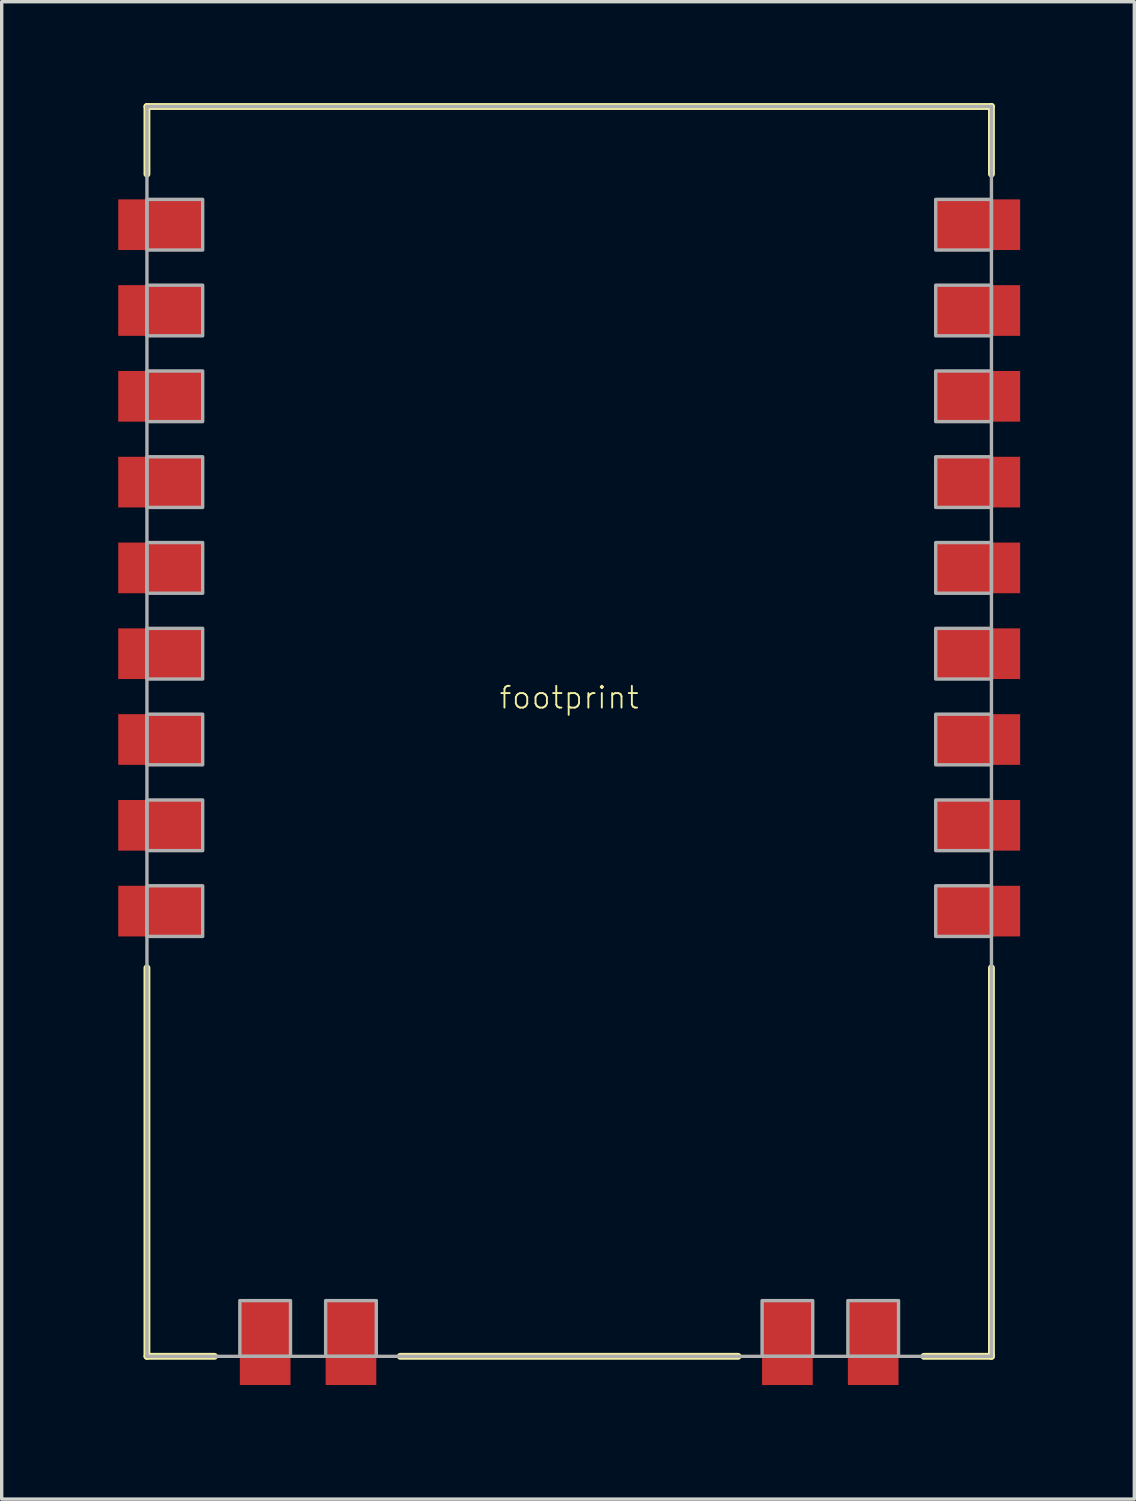
<source format=kicad_pcb>
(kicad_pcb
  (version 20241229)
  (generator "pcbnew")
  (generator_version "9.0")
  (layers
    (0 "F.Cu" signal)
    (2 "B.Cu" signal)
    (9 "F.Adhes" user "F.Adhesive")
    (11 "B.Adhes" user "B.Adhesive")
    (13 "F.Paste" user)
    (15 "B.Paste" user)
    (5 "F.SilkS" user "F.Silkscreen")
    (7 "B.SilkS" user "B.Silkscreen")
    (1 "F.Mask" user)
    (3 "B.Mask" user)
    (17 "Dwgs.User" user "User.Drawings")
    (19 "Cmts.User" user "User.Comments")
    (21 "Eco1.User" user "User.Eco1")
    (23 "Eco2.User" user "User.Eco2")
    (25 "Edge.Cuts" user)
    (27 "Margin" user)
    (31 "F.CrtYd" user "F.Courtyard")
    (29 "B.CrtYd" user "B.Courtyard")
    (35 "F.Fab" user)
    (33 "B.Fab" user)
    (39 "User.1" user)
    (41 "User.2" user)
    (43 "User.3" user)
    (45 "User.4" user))
  (footprint "footprint"
    (layer "F.Cu")
    (at 13.8 18.602)
    (property "Reference" "footprint" (at 0 -1 0) (layer "F.SilkS") (effects (font (size 0.644 0.644) (thickness 0.056))))
    (fp_line (start -12.5 -18.5) (end 12.5 -18.5) (stroke (width 0.203) (type solid)) (layer "F.SilkS"))
    (fp_line (start -12.5 -16.5) (end -12.5 -18.5) (stroke (width 0.203) (type solid)) (layer "F.SilkS"))
    (fp_line (start -12.5 18.5) (end -12.5 7) (stroke (width 0.203) (type solid)) (layer "F.SilkS"))
    (fp_line (start -10.5 18.5) (end -12.5 18.5) (stroke (width 0.203) (type solid)) (layer "F.SilkS"))
    (fp_line (start 5 18.5) (end -5 18.5) (stroke (width 0.203) (type solid)) (layer "F.SilkS"))
    (fp_line (start 12.5 -18.5) (end 12.5 -16.5) (stroke (width 0.203) (type solid)) (layer "F.SilkS"))
    (fp_line (start 12.5 7) (end 12.5 18.5) (stroke (width 0.203) (type solid)) (layer "F.SilkS"))
    (fp_line (start 12.5 18.5) (end 10.5 18.5) (stroke (width 0.203) (type solid)) (layer "F.SilkS"))
    (fp_poly (pts (xy -10.4 -16.1) (xy -13.8 -16.1) (xy -13.8 -13.9) (xy -10.4 -13.9)) (stroke (width 0) (type solid)) (fill yes) (layer "F.Paste"))
    (fp_poly (pts (xy -10.4 -13.56) (xy -13.8 -13.56) (xy -13.8 -11.36) (xy -10.4 -11.36)) (stroke (width 0) (type solid)) (fill yes) (layer "F.Paste"))
    (fp_poly (pts (xy -10.4 -11.02) (xy -13.8 -11.02) (xy -13.8 -8.82) (xy -10.4 -8.82)) (stroke (width 0) (type solid)) (fill yes) (layer "F.Paste"))
    (fp_poly (pts (xy -10.4 -8.48) (xy -13.8 -8.48) (xy -13.8 -6.28) (xy -10.4 -6.28)) (stroke (width 0) (type solid)) (fill yes) (layer "F.Paste"))
    (fp_poly (pts (xy -10.4 -5.94) (xy -13.8 -5.94) (xy -13.8 -3.74) (xy -10.4 -3.74)) (stroke (width 0) (type solid)) (fill yes) (layer "F.Paste"))
    (fp_poly (pts (xy -10.4 -3.4) (xy -13.8 -3.4) (xy -13.8 -1.2) (xy -10.4 -1.2)) (stroke (width 0) (type solid)) (fill yes) (layer "F.Paste"))
    (fp_poly (pts (xy -10.4 -0.86) (xy -13.8 -0.86) (xy -13.8 1.34) (xy -10.4 1.34)) (stroke (width 0) (type solid)) (fill yes) (layer "F.Paste"))
    (fp_poly (pts (xy -10.4 1.68) (xy -13.8 1.68) (xy -13.8 3.88) (xy -10.4 3.88)) (stroke (width 0) (type solid)) (fill yes) (layer "F.Paste"))
    (fp_poly (pts (xy -10.4 4.22) (xy -13.8 4.22) (xy -13.8 6.42) (xy -10.4 6.42)) (stroke (width 0) (type solid)) (fill yes) (layer "F.Paste"))
    (fp_poly (pts (xy -10.127 16.473) (xy -10.127 19.727) (xy -7.873 19.727) (xy -7.873 16.473)) (stroke (width 0) (type solid)) (fill yes) (layer "F.Paste"))
    (fp_poly (pts (xy -7.587 16.473) (xy -7.587 19.727) (xy -5.333 19.727) (xy -5.333 16.473)) (stroke (width 0) (type solid)) (fill yes) (layer "F.Paste"))
    (fp_poly (pts (xy 5.333 16.473) (xy 5.333 19.727) (xy 7.587 19.727) (xy 7.587 16.473)) (stroke (width 0) (type solid)) (fill yes) (layer "F.Paste"))
    (fp_poly (pts (xy 7.873 16.473) (xy 7.873 19.727) (xy 10.127 19.727) (xy 10.127 16.473)) (stroke (width 0) (type solid)) (fill yes) (layer "F.Paste"))
    (fp_poly (pts (xy 13.73 -16.1) (xy 10.33 -16.1) (xy 10.33 -13.9) (xy 13.73 -13.9)) (stroke (width 0) (type solid)) (fill yes) (layer "F.Paste"))
    (fp_poly (pts (xy 13.73 -13.56) (xy 10.33 -13.56) (xy 10.33 -11.36) (xy 13.73 -11.36)) (stroke (width 0) (type solid)) (fill yes) (layer "F.Paste"))
    (fp_poly (pts (xy 13.73 -11.02) (xy 10.33 -11.02) (xy 10.33 -8.82) (xy 13.73 -8.82)) (stroke (width 0) (type solid)) (fill yes) (layer "F.Paste"))
    (fp_poly (pts (xy 13.73 -8.48) (xy 10.33 -8.48) (xy 10.33 -6.28) (xy 13.73 -6.28)) (stroke (width 0) (type solid)) (fill yes) (layer "F.Paste"))
    (fp_poly (pts (xy 13.73 -5.94) (xy 10.33 -5.94) (xy 10.33 -3.74) (xy 13.73 -3.74)) (stroke (width 0) (type solid)) (fill yes) (layer "F.Paste"))
    (fp_poly (pts (xy 13.73 -3.4) (xy 10.33 -3.4) (xy 10.33 -1.2) (xy 13.73 -1.2)) (stroke (width 0) (type solid)) (fill yes) (layer "F.Paste"))
    (fp_poly (pts (xy 13.73 -0.86) (xy 10.33 -0.86) (xy 10.33 1.34) (xy 13.73 1.34)) (stroke (width 0) (type solid)) (fill yes) (layer "F.Paste"))
    (fp_poly (pts (xy 13.73 1.68) (xy 10.33 1.68) (xy 10.33 3.88) (xy 13.73 3.88)) (stroke (width 0) (type solid)) (fill yes) (layer "F.Paste"))
    (fp_poly (pts (xy 13.73 4.22) (xy 10.33 4.22) (xy 10.33 6.42) (xy 13.73 6.42)) (stroke (width 0) (type solid)) (fill yes) (layer "F.Paste"))
    (fp_line (start -12.5 -18.5) (end -12.5 18.5) (stroke (width 0.1) (type solid)) (layer "F.Fab"))
    (fp_line (start -12.5 18.5) (end 12.5 18.5) (stroke (width 0.1) (type solid)) (layer "F.Fab"))
    (fp_line (start 12.5 -18.5) (end -12.5 -18.5) (stroke (width 0.1) (type solid)) (layer "F.Fab"))
    (fp_line (start 12.5 18.5) (end 12.5 -18.5) (stroke (width 0.1) (type solid)) (layer "F.Fab"))
    (fp_poly (pts (xy -10.85 -15.75) (xy -12.5 -15.75) (xy -12.5 -14.25) (xy -10.85 -14.25)) (stroke (width 0.1) (type solid)) (fill no) (layer "F.Fab"))
    (fp_poly (pts (xy -10.85 -13.21) (xy -12.5 -13.21) (xy -12.5 -11.71) (xy -10.85 -11.71)) (stroke (width 0.1) (type solid)) (fill no) (layer "F.Fab"))
    (fp_poly (pts (xy -10.85 -10.67) (xy -12.5 -10.67) (xy -12.5 -9.17) (xy -10.85 -9.17)) (stroke (width 0.1) (type solid)) (fill no) (layer "F.Fab"))
    (fp_poly (pts (xy -10.85 -8.13) (xy -12.5 -8.13) (xy -12.5 -6.63) (xy -10.85 -6.63)) (stroke (width 0.1) (type solid)) (fill no) (layer "F.Fab"))
    (fp_poly (pts (xy -10.85 -5.59) (xy -12.5 -5.59) (xy -12.5 -4.09) (xy -10.85 -4.09)) (stroke (width 0.1) (type solid)) (fill no) (layer "F.Fab"))
    (fp_poly (pts (xy -10.85 -3.05) (xy -12.5 -3.05) (xy -12.5 -1.55) (xy -10.85 -1.55)) (stroke (width 0.1) (type solid)) (fill no) (layer "F.Fab"))
    (fp_poly (pts (xy -10.85 -0.51) (xy -12.5 -0.51) (xy -12.5 0.99) (xy -10.85 0.99)) (stroke (width 0.1) (type solid)) (fill no) (layer "F.Fab"))
    (fp_poly (pts (xy -10.85 2.03) (xy -12.5 2.03) (xy -12.5 3.53) (xy -10.85 3.53)) (stroke (width 0.1) (type solid)) (fill no) (layer "F.Fab"))
    (fp_poly (pts (xy -10.85 4.57) (xy -12.5 4.57) (xy -12.5 6.07) (xy -10.85 6.07)) (stroke (width 0.1) (type solid)) (fill no) (layer "F.Fab"))
    (fp_poly (pts (xy -9.75 16.85) (xy -9.75 18.5) (xy -8.25 18.5) (xy -8.25 16.85)) (stroke (width 0.1) (type solid)) (fill no) (layer "F.Fab"))
    (fp_poly (pts (xy -7.21 16.85) (xy -7.21 18.5) (xy -5.71 18.5) (xy -5.71 16.85)) (stroke (width 0.1) (type solid)) (fill no) (layer "F.Fab"))
    (fp_poly (pts (xy 5.71 16.85) (xy 5.71 18.5) (xy 7.21 18.5) (xy 7.21 16.85)) (stroke (width 0.1) (type solid)) (fill no) (layer "F.Fab"))
    (fp_poly (pts (xy 8.25 16.85) (xy 8.25 18.5) (xy 9.75 18.5) (xy 9.75 16.85)) (stroke (width 0.1) (type solid)) (fill no) (layer "F.Fab"))
    (fp_poly (pts (xy 10.85 -14.25) (xy 12.5 -14.25) (xy 12.5 -15.75) (xy 10.85 -15.75)) (stroke (width 0.1) (type solid)) (fill no) (layer "F.Fab"))
    (fp_poly (pts (xy 10.85 -11.71) (xy 12.5 -11.71) (xy 12.5 -13.21) (xy 10.85 -13.21)) (stroke (width 0.1) (type solid)) (fill no) (layer "F.Fab"))
    (fp_poly (pts (xy 10.85 -9.17) (xy 12.5 -9.17) (xy 12.5 -10.67) (xy 10.85 -10.67)) (stroke (width 0.1) (type solid)) (fill no) (layer "F.Fab"))
    (fp_poly (pts (xy 10.85 -6.63) (xy 12.5 -6.63) (xy 12.5 -8.13) (xy 10.85 -8.13)) (stroke (width 0.1) (type solid)) (fill no) (layer "F.Fab"))
    (fp_poly (pts (xy 10.85 -4.09) (xy 12.5 -4.09) (xy 12.5 -5.59) (xy 10.85 -5.59)) (stroke (width 0.1) (type solid)) (fill no) (layer "F.Fab"))
    (fp_poly (pts (xy 10.85 -1.55) (xy 12.5 -1.55) (xy 12.5 -3.05) (xy 10.85 -3.05)) (stroke (width 0.1) (type solid)) (fill no) (layer "F.Fab"))
    (fp_poly (pts (xy 10.85 0.99) (xy 12.5 0.99) (xy 12.5 -0.51) (xy 10.85 -0.51)) (stroke (width 0.1) (type solid)) (fill no) (layer "F.Fab"))
    (fp_poly (pts (xy 10.85 3.53) (xy 12.5 3.53) (xy 12.5 2.03) (xy 10.85 2.03)) (stroke (width 0.1) (type solid)) (fill no) (layer "F.Fab"))
    (fp_poly (pts (xy 10.85 6.07) (xy 12.5 6.07) (xy 12.5 4.57) (xy 10.85 4.57)) (stroke (width 0.1) (type solid)) (fill no) (layer "F.Fab"))
    (pad "1" smd rect (at 12.1 5.32 180) (size 2.5 1.5) (layers "F.Cu" "F.Mask"))
    (pad "2" smd rect (at 12.1 2.78 180) (size 2.5 1.5) (layers "F.Cu" "F.Mask"))
    (pad "3" smd rect (at 12.1 0.24 180) (size 2.5 1.5) (layers "F.Cu" "F.Mask"))
    (pad "4" smd rect (at 12.1 -2.3 180) (size 2.5 1.5) (layers "F.Cu" "F.Mask"))
    (pad "5" smd rect (at 12.1 -4.84 180) (size 2.5 1.5) (layers "F.Cu" "F.Mask"))
    (pad "6" smd rect (at 12.1 -7.38 180) (size 2.5 1.5) (layers "F.Cu" "F.Mask"))
    (pad "7" smd rect (at 12.1 -9.92 180) (size 2.5 1.5) (layers "F.Cu" "F.Mask"))
    (pad "8" smd rect (at 12.1 -12.46 180) (size 2.5 1.5) (layers "F.Cu" "F.Mask"))
    (pad "9" smd rect (at 12.1 -15 180) (size 2.5 1.5) (layers "F.Cu" "F.Mask"))
    (pad "10" smd rect (at -12.1 -15) (size 2.5 1.5) (layers "F.Cu" "F.Mask"))
    (pad "11" smd rect (at -12.1 -12.46) (size 2.5 1.5) (layers "F.Cu" "F.Mask"))
    (pad "12" smd rect (at -12.1 -9.92) (size 2.5 1.5) (layers "F.Cu" "F.Mask"))
    (pad "13" smd rect (at -12.1 -7.38) (size 2.5 1.5) (layers "F.Cu" "F.Mask"))
    (pad "14" smd rect (at -12.1 -4.84) (size 2.5 1.5) (layers "F.Cu" "F.Mask"))
    (pad "15" smd rect (at -12.1 -2.3) (size 2.5 1.5) (layers "F.Cu" "F.Mask"))
    (pad "16" smd rect (at -12.1 0.24) (size 2.5 1.5) (layers "F.Cu" "F.Mask"))
    (pad "17" smd rect (at -12.1 2.78) (size 2.5 1.5) (layers "F.Cu" "F.Mask"))
    (pad "18" smd rect (at -12.1 5.32) (size 2.5 1.5) (layers "F.Cu" "F.Mask"))
    (pad "19" smd rect (at -9 18.1 90) (size 2.5 1.5) (layers "F.Cu" "F.Mask"))
    (pad "20" smd rect (at -6.46 18.1 90) (size 2.5 1.5) (layers "F.Cu" "F.Mask"))
    (pad "21" smd rect (at 6.46 18.1 90) (size 2.5 1.5) (layers "F.Cu" "F.Mask"))
    (pad "22" smd rect (at 9 18.1 90) (size 2.5 1.5) (layers "F.Cu" "F.Mask")))
  (gr_rect
    (start -3 -3)
    (end 30.53 41.329)
    (stroke (width 0.1) (type default))
    (fill no)
    (layer "Edge.Cuts")))
</source>
